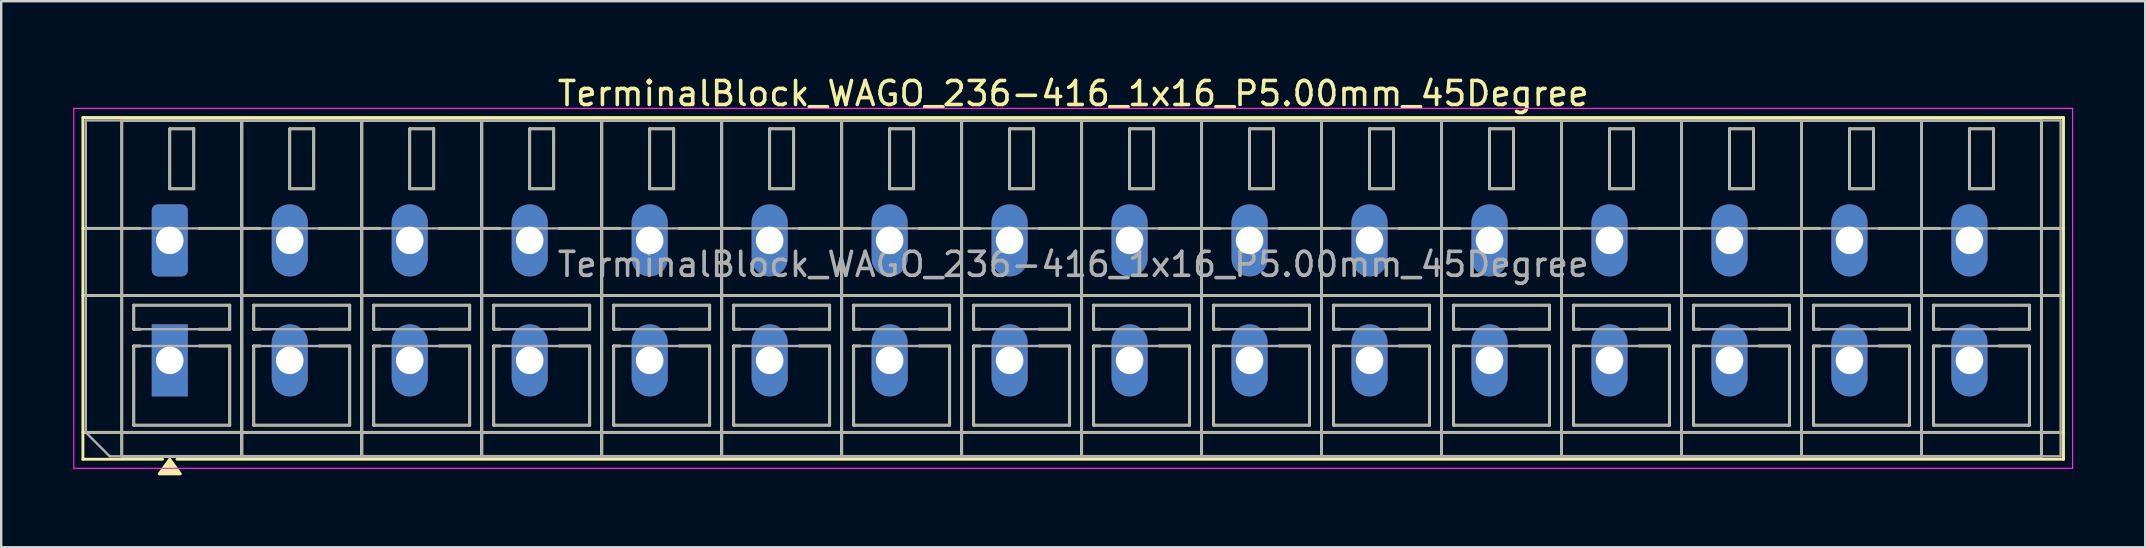
<source format=kicad_pcb>
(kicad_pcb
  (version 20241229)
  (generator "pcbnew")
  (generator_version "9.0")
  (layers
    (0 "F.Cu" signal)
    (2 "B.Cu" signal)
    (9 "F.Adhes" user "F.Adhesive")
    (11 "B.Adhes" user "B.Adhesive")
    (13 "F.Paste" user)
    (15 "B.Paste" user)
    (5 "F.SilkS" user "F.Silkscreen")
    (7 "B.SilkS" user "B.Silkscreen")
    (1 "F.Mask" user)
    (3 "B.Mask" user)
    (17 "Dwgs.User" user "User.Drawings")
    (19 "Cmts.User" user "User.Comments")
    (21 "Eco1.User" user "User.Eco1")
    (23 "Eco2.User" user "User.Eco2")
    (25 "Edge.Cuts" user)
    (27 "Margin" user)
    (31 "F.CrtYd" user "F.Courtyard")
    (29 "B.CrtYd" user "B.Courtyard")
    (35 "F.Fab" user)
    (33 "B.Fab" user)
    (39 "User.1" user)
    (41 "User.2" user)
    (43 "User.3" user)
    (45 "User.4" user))
  (footprint "TerminalBlock_WAGO_236-416_1x16_P5.00mm_45Degree"
    (layer "F.Cu")
    (at 4.025 6.968)
    (property "Reference" "TerminalBlock_WAGO_236-416_1x16_P5.00mm_45Degree" (at 37.65 -6.12 0) (layer "F.SilkS") (effects (font (size 1 1) (thickness 0.15))))
    (attr through_hole)
    (fp_line (start -3.62 -5.12) (end -3.62 9.12) (stroke (width 0.12) (type solid)) (layer "F.SilkS"))
    (fp_line (start -3.62 -5.12) (end 78.92 -5.12) (stroke (width 0.12) (type solid)) (layer "F.SilkS"))
    (fp_line (start -3.62 -0.5) (end -1.23 -0.5) (stroke (width 0.12) (type solid)) (layer "F.SilkS"))
    (fp_line (start -3.62 2.3) (end 78.92 2.3) (stroke (width 0.12) (type solid)) (layer "F.SilkS"))
    (fp_line (start -3.62 8) (end 78.92 8) (stroke (width 0.12) (type solid)) (layer "F.SilkS"))
    (fp_line (start -3.62 9.12) (end -0.3 9.12) (stroke (width 0.12) (type solid)) (layer "F.SilkS"))
    (fp_line (start -2 -5) (end -2 9) (stroke (width 0.12) (type solid)) (layer "F.SilkS"))
    (fp_line (start -2 -5) (end 3 -5) (stroke (width 0.12) (type solid)) (layer "F.SilkS"))
    (fp_line (start -2 9) (end 3 9) (stroke (width 0.12) (type solid)) (layer "F.SilkS"))
    (fp_line (start -1.5 2.7) (end -1.5 3.7) (stroke (width 0.12) (type solid)) (layer "F.SilkS"))
    (fp_line (start -1.5 2.7) (end 2.5 2.7) (stroke (width 0.12) (type solid)) (layer "F.SilkS"))
    (fp_line (start -1.5 3.7) (end -1.23 3.7) (stroke (width 0.12) (type solid)) (layer "F.SilkS"))
    (fp_line (start -1.5 4.4) (end -1.5 7.7) (stroke (width 0.12) (type solid)) (layer "F.SilkS"))
    (fp_line (start -1.5 4.4) (end -1.23 4.4) (stroke (width 0.12) (type solid)) (layer "F.SilkS"))
    (fp_line (start -1.5 7.7) (end 2.5 7.7) (stroke (width 0.12) (type solid)) (layer "F.SilkS"))
    (fp_line (start 0 -4.65) (end 0 -2.15) (stroke (width 0.12) (type solid)) (layer "F.SilkS"))
    (fp_line (start 0 -4.65) (end 1 -4.65) (stroke (width 0.12) (type solid)) (layer "F.SilkS"))
    (fp_line (start 0 -2.15) (end 1 -2.15) (stroke (width 0.12) (type solid)) (layer "F.SilkS"))
    (fp_line (start 0.3 9.12) (end 78.92 9.12) (stroke (width 0.12) (type solid)) (layer "F.SilkS"))
    (fp_line (start 1 -4.65) (end 1 -2.15) (stroke (width 0.12) (type solid)) (layer "F.SilkS"))
    (fp_line (start 1.23 -0.5) (end 3.77 -0.5) (stroke (width 0.12) (type solid)) (layer "F.SilkS"))
    (fp_line (start 1.23 3.7) (end 2.5 3.7) (stroke (width 0.12) (type solid)) (layer "F.SilkS"))
    (fp_line (start 1.23 4.4) (end 2.5 4.4) (stroke (width 0.12) (type solid)) (layer "F.SilkS"))
    (fp_line (start 2.5 2.7) (end 2.5 3.7) (stroke (width 0.12) (type solid)) (layer "F.SilkS"))
    (fp_line (start 2.5 4.4) (end 2.5 7.7) (stroke (width 0.12) (type solid)) (layer "F.SilkS"))
    (fp_line (start 3 -5) (end 3 9) (stroke (width 0.12) (type solid)) (layer "F.SilkS"))
    (fp_line (start 3 -5) (end 3 9) (stroke (width 0.12) (type solid)) (layer "F.SilkS"))
    (fp_line (start 3 -5) (end 8 -5) (stroke (width 0.12) (type solid)) (layer "F.SilkS"))
    (fp_line (start 3 9) (end 8 9) (stroke (width 0.12) (type solid)) (layer "F.SilkS"))
    (fp_line (start 3.5 2.7) (end 3.5 3.7) (stroke (width 0.12) (type solid)) (layer "F.SilkS"))
    (fp_line (start 3.5 2.7) (end 7.5 2.7) (stroke (width 0.12) (type solid)) (layer "F.SilkS"))
    (fp_line (start 3.5 3.7) (end 3.77 3.7) (stroke (width 0.12) (type solid)) (layer "F.SilkS"))
    (fp_line (start 3.5 4.4) (end 3.5 7.7) (stroke (width 0.12) (type solid)) (layer "F.SilkS"))
    (fp_line (start 3.5 4.4) (end 3.77 4.4) (stroke (width 0.12) (type solid)) (layer "F.SilkS"))
    (fp_line (start 3.5 7.7) (end 7.5 7.7) (stroke (width 0.12) (type solid)) (layer "F.SilkS"))
    (fp_line (start 5 -4.65) (end 5 -2.15) (stroke (width 0.12) (type solid)) (layer "F.SilkS"))
    (fp_line (start 5 -4.65) (end 6 -4.65) (stroke (width 0.12) (type solid)) (layer "F.SilkS"))
    (fp_line (start 5 -2.15) (end 6 -2.15) (stroke (width 0.12) (type solid)) (layer "F.SilkS"))
    (fp_line (start 6 -4.65) (end 6 -2.15) (stroke (width 0.12) (type solid)) (layer "F.SilkS"))
    (fp_line (start 6.23 -0.5) (end 8.77 -0.5) (stroke (width 0.12) (type solid)) (layer "F.SilkS"))
    (fp_line (start 6.23 3.7) (end 7.5 3.7) (stroke (width 0.12) (type solid)) (layer "F.SilkS"))
    (fp_line (start 6.23 4.4) (end 7.5 4.4) (stroke (width 0.12) (type solid)) (layer "F.SilkS"))
    (fp_line (start 7.5 2.7) (end 7.5 3.7) (stroke (width 0.12) (type solid)) (layer "F.SilkS"))
    (fp_line (start 7.5 4.4) (end 7.5 7.7) (stroke (width 0.12) (type solid)) (layer "F.SilkS"))
    (fp_line (start 8 -5) (end 8 9) (stroke (width 0.12) (type solid)) (layer "F.SilkS"))
    (fp_line (start 8 -5) (end 8 9) (stroke (width 0.12) (type solid)) (layer "F.SilkS"))
    (fp_line (start 8 -5) (end 13 -5) (stroke (width 0.12) (type solid)) (layer "F.SilkS"))
    (fp_line (start 8 9) (end 13 9) (stroke (width 0.12) (type solid)) (layer "F.SilkS"))
    (fp_line (start 8.5 2.7) (end 8.5 3.7) (stroke (width 0.12) (type solid)) (layer "F.SilkS"))
    (fp_line (start 8.5 2.7) (end 12.5 2.7) (stroke (width 0.12) (type solid)) (layer "F.SilkS"))
    (fp_line (start 8.5 3.7) (end 8.77 3.7) (stroke (width 0.12) (type solid)) (layer "F.SilkS"))
    (fp_line (start 8.5 4.4) (end 8.5 7.7) (stroke (width 0.12) (type solid)) (layer "F.SilkS"))
    (fp_line (start 8.5 4.4) (end 8.77 4.4) (stroke (width 0.12) (type solid)) (layer "F.SilkS"))
    (fp_line (start 8.5 7.7) (end 12.5 7.7) (stroke (width 0.12) (type solid)) (layer "F.SilkS"))
    (fp_line (start 10 -4.65) (end 10 -2.15) (stroke (width 0.12) (type solid)) (layer "F.SilkS"))
    (fp_line (start 10 -4.65) (end 11 -4.65) (stroke (width 0.12) (type solid)) (layer "F.SilkS"))
    (fp_line (start 10 -2.15) (end 11 -2.15) (stroke (width 0.12) (type solid)) (layer "F.SilkS"))
    (fp_line (start 11 -4.65) (end 11 -2.15) (stroke (width 0.12) (type solid)) (layer "F.SilkS"))
    (fp_line (start 11.23 -0.5) (end 13.77 -0.5) (stroke (width 0.12) (type solid)) (layer "F.SilkS"))
    (fp_line (start 11.23 3.7) (end 12.5 3.7) (stroke (width 0.12) (type solid)) (layer "F.SilkS"))
    (fp_line (start 11.23 4.4) (end 12.5 4.4) (stroke (width 0.12) (type solid)) (layer "F.SilkS"))
    (fp_line (start 12.5 2.7) (end 12.5 3.7) (stroke (width 0.12) (type solid)) (layer "F.SilkS"))
    (fp_line (start 12.5 4.4) (end 12.5 7.7) (stroke (width 0.12) (type solid)) (layer "F.SilkS"))
    (fp_line (start 13 -5) (end 13 9) (stroke (width 0.12) (type solid)) (layer "F.SilkS"))
    (fp_line (start 13 -5) (end 13 9) (stroke (width 0.12) (type solid)) (layer "F.SilkS"))
    (fp_line (start 13 -5) (end 18 -5) (stroke (width 0.12) (type solid)) (layer "F.SilkS"))
    (fp_line (start 13 9) (end 18 9) (stroke (width 0.12) (type solid)) (layer "F.SilkS"))
    (fp_line (start 13.5 2.7) (end 13.5 3.7) (stroke (width 0.12) (type solid)) (layer "F.SilkS"))
    (fp_line (start 13.5 2.7) (end 17.5 2.7) (stroke (width 0.12) (type solid)) (layer "F.SilkS"))
    (fp_line (start 13.5 3.7) (end 13.77 3.7) (stroke (width 0.12) (type solid)) (layer "F.SilkS"))
    (fp_line (start 13.5 4.4) (end 13.5 7.7) (stroke (width 0.12) (type solid)) (layer "F.SilkS"))
    (fp_line (start 13.5 4.4) (end 13.77 4.4) (stroke (width 0.12) (type solid)) (layer "F.SilkS"))
    (fp_line (start 13.5 7.7) (end 17.5 7.7) (stroke (width 0.12) (type solid)) (layer "F.SilkS"))
    (fp_line (start 15 -4.65) (end 15 -2.15) (stroke (width 0.12) (type solid)) (layer "F.SilkS"))
    (fp_line (start 15 -4.65) (end 16 -4.65) (stroke (width 0.12) (type solid)) (layer "F.SilkS"))
    (fp_line (start 15 -2.15) (end 16 -2.15) (stroke (width 0.12) (type solid)) (layer "F.SilkS"))
    (fp_line (start 16 -4.65) (end 16 -2.15) (stroke (width 0.12) (type solid)) (layer "F.SilkS"))
    (fp_line (start 16.23 -0.5) (end 18.77 -0.5) (stroke (width 0.12) (type solid)) (layer "F.SilkS"))
    (fp_line (start 16.23 3.7) (end 17.5 3.7) (stroke (width 0.12) (type solid)) (layer "F.SilkS"))
    (fp_line (start 16.23 4.4) (end 17.5 4.4) (stroke (width 0.12) (type solid)) (layer "F.SilkS"))
    (fp_line (start 17.5 2.7) (end 17.5 3.7) (stroke (width 0.12) (type solid)) (layer "F.SilkS"))
    (fp_line (start 17.5 4.4) (end 17.5 7.7) (stroke (width 0.12) (type solid)) (layer "F.SilkS"))
    (fp_line (start 18 -5) (end 18 9) (stroke (width 0.12) (type solid)) (layer "F.SilkS"))
    (fp_line (start 18 -5) (end 18 9) (stroke (width 0.12) (type solid)) (layer "F.SilkS"))
    (fp_line (start 18 -5) (end 23 -5) (stroke (width 0.12) (type solid)) (layer "F.SilkS"))
    (fp_line (start 18 9) (end 23 9) (stroke (width 0.12) (type solid)) (layer "F.SilkS"))
    (fp_line (start 18.5 2.7) (end 18.5 3.7) (stroke (width 0.12) (type solid)) (layer "F.SilkS"))
    (fp_line (start 18.5 2.7) (end 22.5 2.7) (stroke (width 0.12) (type solid)) (layer "F.SilkS"))
    (fp_line (start 18.5 3.7) (end 18.77 3.7) (stroke (width 0.12) (type solid)) (layer "F.SilkS"))
    (fp_line (start 18.5 4.4) (end 18.5 7.7) (stroke (width 0.12) (type solid)) (layer "F.SilkS"))
    (fp_line (start 18.5 4.4) (end 18.77 4.4) (stroke (width 0.12) (type solid)) (layer "F.SilkS"))
    (fp_line (start 18.5 7.7) (end 22.5 7.7) (stroke (width 0.12) (type solid)) (layer "F.SilkS"))
    (fp_line (start 20 -4.65) (end 20 -2.15) (stroke (width 0.12) (type solid)) (layer "F.SilkS"))
    (fp_line (start 20 -4.65) (end 21 -4.65) (stroke (width 0.12) (type solid)) (layer "F.SilkS"))
    (fp_line (start 20 -2.15) (end 21 -2.15) (stroke (width 0.12) (type solid)) (layer "F.SilkS"))
    (fp_line (start 21 -4.65) (end 21 -2.15) (stroke (width 0.12) (type solid)) (layer "F.SilkS"))
    (fp_line (start 21.23 -0.5) (end 23.77 -0.5) (stroke (width 0.12) (type solid)) (layer "F.SilkS"))
    (fp_line (start 21.23 3.7) (end 22.5 3.7) (stroke (width 0.12) (type solid)) (layer "F.SilkS"))
    (fp_line (start 21.23 4.4) (end 22.5 4.4) (stroke (width 0.12) (type solid)) (layer "F.SilkS"))
    (fp_line (start 22.5 2.7) (end 22.5 3.7) (stroke (width 0.12) (type solid)) (layer "F.SilkS"))
    (fp_line (start 22.5 4.4) (end 22.5 7.7) (stroke (width 0.12) (type solid)) (layer "F.SilkS"))
    (fp_line (start 23 -5) (end 23 9) (stroke (width 0.12) (type solid)) (layer "F.SilkS"))
    (fp_line (start 23 -5) (end 23 9) (stroke (width 0.12) (type solid)) (layer "F.SilkS"))
    (fp_line (start 23 -5) (end 28 -5) (stroke (width 0.12) (type solid)) (layer "F.SilkS"))
    (fp_line (start 23 9) (end 28 9) (stroke (width 0.12) (type solid)) (layer "F.SilkS"))
    (fp_line (start 23.5 2.7) (end 23.5 3.7) (stroke (width 0.12) (type solid)) (layer "F.SilkS"))
    (fp_line (start 23.5 2.7) (end 27.5 2.7) (stroke (width 0.12) (type solid)) (layer "F.SilkS"))
    (fp_line (start 23.5 3.7) (end 23.77 3.7) (stroke (width 0.12) (type solid)) (layer "F.SilkS"))
    (fp_line (start 23.5 4.4) (end 23.5 7.7) (stroke (width 0.12) (type solid)) (layer "F.SilkS"))
    (fp_line (start 23.5 4.4) (end 23.77 4.4) (stroke (width 0.12) (type solid)) (layer "F.SilkS"))
    (fp_line (start 23.5 7.7) (end 27.5 7.7) (stroke (width 0.12) (type solid)) (layer "F.SilkS"))
    (fp_line (start 25 -4.65) (end 25 -2.15) (stroke (width 0.12) (type solid)) (layer "F.SilkS"))
    (fp_line (start 25 -4.65) (end 26 -4.65) (stroke (width 0.12) (type solid)) (layer "F.SilkS"))
    (fp_line (start 25 -2.15) (end 26 -2.15) (stroke (width 0.12) (type solid)) (layer "F.SilkS"))
    (fp_line (start 26 -4.65) (end 26 -2.15) (stroke (width 0.12) (type solid)) (layer "F.SilkS"))
    (fp_line (start 26.23 -0.5) (end 28.77 -0.5) (stroke (width 0.12) (type solid)) (layer "F.SilkS"))
    (fp_line (start 26.23 3.7) (end 27.5 3.7) (stroke (width 0.12) (type solid)) (layer "F.SilkS"))
    (fp_line (start 26.23 4.4) (end 27.5 4.4) (stroke (width 0.12) (type solid)) (layer "F.SilkS"))
    (fp_line (start 27.5 2.7) (end 27.5 3.7) (stroke (width 0.12) (type solid)) (layer "F.SilkS"))
    (fp_line (start 27.5 4.4) (end 27.5 7.7) (stroke (width 0.12) (type solid)) (layer "F.SilkS"))
    (fp_line (start 28 -5) (end 28 9) (stroke (width 0.12) (type solid)) (layer "F.SilkS"))
    (fp_line (start 28 -5) (end 28 9) (stroke (width 0.12) (type solid)) (layer "F.SilkS"))
    (fp_line (start 28 -5) (end 33 -5) (stroke (width 0.12) (type solid)) (layer "F.SilkS"))
    (fp_line (start 28 9) (end 33 9) (stroke (width 0.12) (type solid)) (layer "F.SilkS"))
    (fp_line (start 28.5 2.7) (end 28.5 3.7) (stroke (width 0.12) (type solid)) (layer "F.SilkS"))
    (fp_line (start 28.5 2.7) (end 32.5 2.7) (stroke (width 0.12) (type solid)) (layer "F.SilkS"))
    (fp_line (start 28.5 3.7) (end 28.77 3.7) (stroke (width 0.12) (type solid)) (layer "F.SilkS"))
    (fp_line (start 28.5 4.4) (end 28.5 7.7) (stroke (width 0.12) (type solid)) (layer "F.SilkS"))
    (fp_line (start 28.5 4.4) (end 28.77 4.4) (stroke (width 0.12) (type solid)) (layer "F.SilkS"))
    (fp_line (start 28.5 7.7) (end 32.5 7.7) (stroke (width 0.12) (type solid)) (layer "F.SilkS"))
    (fp_line (start 30 -4.65) (end 30 -2.15) (stroke (width 0.12) (type solid)) (layer "F.SilkS"))
    (fp_line (start 30 -4.65) (end 31 -4.65) (stroke (width 0.12) (type solid)) (layer "F.SilkS"))
    (fp_line (start 30 -2.15) (end 31 -2.15) (stroke (width 0.12) (type solid)) (layer "F.SilkS"))
    (fp_line (start 31 -4.65) (end 31 -2.15) (stroke (width 0.12) (type solid)) (layer "F.SilkS"))
    (fp_line (start 31.23 -0.5) (end 33.77 -0.5) (stroke (width 0.12) (type solid)) (layer "F.SilkS"))
    (fp_line (start 31.23 3.7) (end 32.5 3.7) (stroke (width 0.12) (type solid)) (layer "F.SilkS"))
    (fp_line (start 31.23 4.4) (end 32.5 4.4) (stroke (width 0.12) (type solid)) (layer "F.SilkS"))
    (fp_line (start 32.5 2.7) (end 32.5 3.7) (stroke (width 0.12) (type solid)) (layer "F.SilkS"))
    (fp_line (start 32.5 4.4) (end 32.5 7.7) (stroke (width 0.12) (type solid)) (layer "F.SilkS"))
    (fp_line (start 33 -5) (end 33 9) (stroke (width 0.12) (type solid)) (layer "F.SilkS"))
    (fp_line (start 33 -5) (end 33 9) (stroke (width 0.12) (type solid)) (layer "F.SilkS"))
    (fp_line (start 33 -5) (end 38 -5) (stroke (width 0.12) (type solid)) (layer "F.SilkS"))
    (fp_line (start 33 9) (end 38 9) (stroke (width 0.12) (type solid)) (layer "F.SilkS"))
    (fp_line (start 33.5 2.7) (end 33.5 3.7) (stroke (width 0.12) (type solid)) (layer "F.SilkS"))
    (fp_line (start 33.5 2.7) (end 37.5 2.7) (stroke (width 0.12) (type solid)) (layer "F.SilkS"))
    (fp_line (start 33.5 3.7) (end 33.77 3.7) (stroke (width 0.12) (type solid)) (layer "F.SilkS"))
    (fp_line (start 33.5 4.4) (end 33.5 7.7) (stroke (width 0.12) (type solid)) (layer "F.SilkS"))
    (fp_line (start 33.5 4.4) (end 33.77 4.4) (stroke (width 0.12) (type solid)) (layer "F.SilkS"))
    (fp_line (start 33.5 7.7) (end 37.5 7.7) (stroke (width 0.12) (type solid)) (layer "F.SilkS"))
    (fp_line (start 35 -4.65) (end 35 -2.15) (stroke (width 0.12) (type solid)) (layer "F.SilkS"))
    (fp_line (start 35 -4.65) (end 36 -4.65) (stroke (width 0.12) (type solid)) (layer "F.SilkS"))
    (fp_line (start 35 -2.15) (end 36 -2.15) (stroke (width 0.12) (type solid)) (layer "F.SilkS"))
    (fp_line (start 36 -4.65) (end 36 -2.15) (stroke (width 0.12) (type solid)) (layer "F.SilkS"))
    (fp_line (start 36.23 -0.5) (end 38.77 -0.5) (stroke (width 0.12) (type solid)) (layer "F.SilkS"))
    (fp_line (start 36.23 3.7) (end 37.5 3.7) (stroke (width 0.12) (type solid)) (layer "F.SilkS"))
    (fp_line (start 36.23 4.4) (end 37.5 4.4) (stroke (width 0.12) (type solid)) (layer "F.SilkS"))
    (fp_line (start 37.5 2.7) (end 37.5 3.7) (stroke (width 0.12) (type solid)) (layer "F.SilkS"))
    (fp_line (start 37.5 4.4) (end 37.5 7.7) (stroke (width 0.12) (type solid)) (layer "F.SilkS"))
    (fp_line (start 38 -5) (end 38 9) (stroke (width 0.12) (type solid)) (layer "F.SilkS"))
    (fp_line (start 38 -5) (end 38 9) (stroke (width 0.12) (type solid)) (layer "F.SilkS"))
    (fp_line (start 38 -5) (end 43 -5) (stroke (width 0.12) (type solid)) (layer "F.SilkS"))
    (fp_line (start 38 9) (end 43 9) (stroke (width 0.12) (type solid)) (layer "F.SilkS"))
    (fp_line (start 38.5 2.7) (end 38.5 3.7) (stroke (width 0.12) (type solid)) (layer "F.SilkS"))
    (fp_line (start 38.5 2.7) (end 42.5 2.7) (stroke (width 0.12) (type solid)) (layer "F.SilkS"))
    (fp_line (start 38.5 3.7) (end 38.77 3.7) (stroke (width 0.12) (type solid)) (layer "F.SilkS"))
    (fp_line (start 38.5 4.4) (end 38.5 7.7) (stroke (width 0.12) (type solid)) (layer "F.SilkS"))
    (fp_line (start 38.5 4.4) (end 38.77 4.4) (stroke (width 0.12) (type solid)) (layer "F.SilkS"))
    (fp_line (start 38.5 7.7) (end 42.5 7.7) (stroke (width 0.12) (type solid)) (layer "F.SilkS"))
    (fp_line (start 40 -4.65) (end 40 -2.15) (stroke (width 0.12) (type solid)) (layer "F.SilkS"))
    (fp_line (start 40 -4.65) (end 41 -4.65) (stroke (width 0.12) (type solid)) (layer "F.SilkS"))
    (fp_line (start 40 -2.15) (end 41 -2.15) (stroke (width 0.12) (type solid)) (layer "F.SilkS"))
    (fp_line (start 41 -4.65) (end 41 -2.15) (stroke (width 0.12) (type solid)) (layer "F.SilkS"))
    (fp_line (start 41.23 -0.5) (end 43.77 -0.5) (stroke (width 0.12) (type solid)) (layer "F.SilkS"))
    (fp_line (start 41.23 3.7) (end 42.5 3.7) (stroke (width 0.12) (type solid)) (layer "F.SilkS"))
    (fp_line (start 41.23 4.4) (end 42.5 4.4) (stroke (width 0.12) (type solid)) (layer "F.SilkS"))
    (fp_line (start 42.5 2.7) (end 42.5 3.7) (stroke (width 0.12) (type solid)) (layer "F.SilkS"))
    (fp_line (start 42.5 4.4) (end 42.5 7.7) (stroke (width 0.12) (type solid)) (layer "F.SilkS"))
    (fp_line (start 43 -5) (end 43 9) (stroke (width 0.12) (type solid)) (layer "F.SilkS"))
    (fp_line (start 43 -5) (end 43 9) (stroke (width 0.12) (type solid)) (layer "F.SilkS"))
    (fp_line (start 43 -5) (end 48 -5) (stroke (width 0.12) (type solid)) (layer "F.SilkS"))
    (fp_line (start 43 9) (end 48 9) (stroke (width 0.12) (type solid)) (layer "F.SilkS"))
    (fp_line (start 43.5 2.7) (end 43.5 3.7) (stroke (width 0.12) (type solid)) (layer "F.SilkS"))
    (fp_line (start 43.5 2.7) (end 47.5 2.7) (stroke (width 0.12) (type solid)) (layer "F.SilkS"))
    (fp_line (start 43.5 3.7) (end 43.77 3.7) (stroke (width 0.12) (type solid)) (layer "F.SilkS"))
    (fp_line (start 43.5 4.4) (end 43.5 7.7) (stroke (width 0.12) (type solid)) (layer "F.SilkS"))
    (fp_line (start 43.5 4.4) (end 43.77 4.4) (stroke (width 0.12) (type solid)) (layer "F.SilkS"))
    (fp_line (start 43.5 7.7) (end 47.5 7.7) (stroke (width 0.12) (type solid)) (layer "F.SilkS"))
    (fp_line (start 45 -4.65) (end 45 -2.15) (stroke (width 0.12) (type solid)) (layer "F.SilkS"))
    (fp_line (start 45 -4.65) (end 46 -4.65) (stroke (width 0.12) (type solid)) (layer "F.SilkS"))
    (fp_line (start 45 -2.15) (end 46 -2.15) (stroke (width 0.12) (type solid)) (layer "F.SilkS"))
    (fp_line (start 46 -4.65) (end 46 -2.15) (stroke (width 0.12) (type solid)) (layer "F.SilkS"))
    (fp_line (start 46.23 -0.5) (end 48.77 -0.5) (stroke (width 0.12) (type solid)) (layer "F.SilkS"))
    (fp_line (start 46.23 3.7) (end 47.5 3.7) (stroke (width 0.12) (type solid)) (layer "F.SilkS"))
    (fp_line (start 46.23 4.4) (end 47.5 4.4) (stroke (width 0.12) (type solid)) (layer "F.SilkS"))
    (fp_line (start 47.5 2.7) (end 47.5 3.7) (stroke (width 0.12) (type solid)) (layer "F.SilkS"))
    (fp_line (start 47.5 4.4) (end 47.5 7.7) (stroke (width 0.12) (type solid)) (layer "F.SilkS"))
    (fp_line (start 48 -5) (end 48 9) (stroke (width 0.12) (type solid)) (layer "F.SilkS"))
    (fp_line (start 48 -5) (end 48 9) (stroke (width 0.12) (type solid)) (layer "F.SilkS"))
    (fp_line (start 48 -5) (end 53 -5) (stroke (width 0.12) (type solid)) (layer "F.SilkS"))
    (fp_line (start 48 9) (end 53 9) (stroke (width 0.12) (type solid)) (layer "F.SilkS"))
    (fp_line (start 48.5 2.7) (end 48.5 3.7) (stroke (width 0.12) (type solid)) (layer "F.SilkS"))
    (fp_line (start 48.5 2.7) (end 52.5 2.7) (stroke (width 0.12) (type solid)) (layer "F.SilkS"))
    (fp_line (start 48.5 3.7) (end 48.77 3.7) (stroke (width 0.12) (type solid)) (layer "F.SilkS"))
    (fp_line (start 48.5 4.4) (end 48.5 7.7) (stroke (width 0.12) (type solid)) (layer "F.SilkS"))
    (fp_line (start 48.5 4.4) (end 48.77 4.4) (stroke (width 0.12) (type solid)) (layer "F.SilkS"))
    (fp_line (start 48.5 7.7) (end 52.5 7.7) (stroke (width 0.12) (type solid)) (layer "F.SilkS"))
    (fp_line (start 50 -4.65) (end 50 -2.15) (stroke (width 0.12) (type solid)) (layer "F.SilkS"))
    (fp_line (start 50 -4.65) (end 51 -4.65) (stroke (width 0.12) (type solid)) (layer "F.SilkS"))
    (fp_line (start 50 -2.15) (end 51 -2.15) (stroke (width 0.12) (type solid)) (layer "F.SilkS"))
    (fp_line (start 51 -4.65) (end 51 -2.15) (stroke (width 0.12) (type solid)) (layer "F.SilkS"))
    (fp_line (start 51.23 -0.5) (end 53.77 -0.5) (stroke (width 0.12) (type solid)) (layer "F.SilkS"))
    (fp_line (start 51.23 3.7) (end 52.5 3.7) (stroke (width 0.12) (type solid)) (layer "F.SilkS"))
    (fp_line (start 51.23 4.4) (end 52.5 4.4) (stroke (width 0.12) (type solid)) (layer "F.SilkS"))
    (fp_line (start 52.5 2.7) (end 52.5 3.7) (stroke (width 0.12) (type solid)) (layer "F.SilkS"))
    (fp_line (start 52.5 4.4) (end 52.5 7.7) (stroke (width 0.12) (type solid)) (layer "F.SilkS"))
    (fp_line (start 53 -5) (end 53 9) (stroke (width 0.12) (type solid)) (layer "F.SilkS"))
    (fp_line (start 53 -5) (end 53 9) (stroke (width 0.12) (type solid)) (layer "F.SilkS"))
    (fp_line (start 53 -5) (end 58 -5) (stroke (width 0.12) (type solid)) (layer "F.SilkS"))
    (fp_line (start 53 9) (end 58 9) (stroke (width 0.12) (type solid)) (layer "F.SilkS"))
    (fp_line (start 53.5 2.7) (end 53.5 3.7) (stroke (width 0.12) (type solid)) (layer "F.SilkS"))
    (fp_line (start 53.5 2.7) (end 57.5 2.7) (stroke (width 0.12) (type solid)) (layer "F.SilkS"))
    (fp_line (start 53.5 3.7) (end 53.77 3.7) (stroke (width 0.12) (type solid)) (layer "F.SilkS"))
    (fp_line (start 53.5 4.4) (end 53.5 7.7) (stroke (width 0.12) (type solid)) (layer "F.SilkS"))
    (fp_line (start 53.5 4.4) (end 53.77 4.4) (stroke (width 0.12) (type solid)) (layer "F.SilkS"))
    (fp_line (start 53.5 7.7) (end 57.5 7.7) (stroke (width 0.12) (type solid)) (layer "F.SilkS"))
    (fp_line (start 55 -4.65) (end 55 -2.15) (stroke (width 0.12) (type solid)) (layer "F.SilkS"))
    (fp_line (start 55 -4.65) (end 56 -4.65) (stroke (width 0.12) (type solid)) (layer "F.SilkS"))
    (fp_line (start 55 -2.15) (end 56 -2.15) (stroke (width 0.12) (type solid)) (layer "F.SilkS"))
    (fp_line (start 56 -4.65) (end 56 -2.15) (stroke (width 0.12) (type solid)) (layer "F.SilkS"))
    (fp_line (start 56.23 -0.5) (end 58.77 -0.5) (stroke (width 0.12) (type solid)) (layer "F.SilkS"))
    (fp_line (start 56.23 3.7) (end 57.5 3.7) (stroke (width 0.12) (type solid)) (layer "F.SilkS"))
    (fp_line (start 56.23 4.4) (end 57.5 4.4) (stroke (width 0.12) (type solid)) (layer "F.SilkS"))
    (fp_line (start 57.5 2.7) (end 57.5 3.7) (stroke (width 0.12) (type solid)) (layer "F.SilkS"))
    (fp_line (start 57.5 4.4) (end 57.5 7.7) (stroke (width 0.12) (type solid)) (layer "F.SilkS"))
    (fp_line (start 58 -5) (end 58 9) (stroke (width 0.12) (type solid)) (layer "F.SilkS"))
    (fp_line (start 58 -5) (end 58 9) (stroke (width 0.12) (type solid)) (layer "F.SilkS"))
    (fp_line (start 58 -5) (end 63 -5) (stroke (width 0.12) (type solid)) (layer "F.SilkS"))
    (fp_line (start 58 9) (end 63 9) (stroke (width 0.12) (type solid)) (layer "F.SilkS"))
    (fp_line (start 58.5 2.7) (end 58.5 3.7) (stroke (width 0.12) (type solid)) (layer "F.SilkS"))
    (fp_line (start 58.5 2.7) (end 62.5 2.7) (stroke (width 0.12) (type solid)) (layer "F.SilkS"))
    (fp_line (start 58.5 3.7) (end 58.77 3.7) (stroke (width 0.12) (type solid)) (layer "F.SilkS"))
    (fp_line (start 58.5 4.4) (end 58.5 7.7) (stroke (width 0.12) (type solid)) (layer "F.SilkS"))
    (fp_line (start 58.5 4.4) (end 58.77 4.4) (stroke (width 0.12) (type solid)) (layer "F.SilkS"))
    (fp_line (start 58.5 7.7) (end 62.5 7.7) (stroke (width 0.12) (type solid)) (layer "F.SilkS"))
    (fp_line (start 60 -4.65) (end 60 -2.15) (stroke (width 0.12) (type solid)) (layer "F.SilkS"))
    (fp_line (start 60 -4.65) (end 61 -4.65) (stroke (width 0.12) (type solid)) (layer "F.SilkS"))
    (fp_line (start 60 -2.15) (end 61 -2.15) (stroke (width 0.12) (type solid)) (layer "F.SilkS"))
    (fp_line (start 61 -4.65) (end 61 -2.15) (stroke (width 0.12) (type solid)) (layer "F.SilkS"))
    (fp_line (start 61.23 -0.5) (end 63.77 -0.5) (stroke (width 0.12) (type solid)) (layer "F.SilkS"))
    (fp_line (start 61.23 3.7) (end 62.5 3.7) (stroke (width 0.12) (type solid)) (layer "F.SilkS"))
    (fp_line (start 61.23 4.4) (end 62.5 4.4) (stroke (width 0.12) (type solid)) (layer "F.SilkS"))
    (fp_line (start 62.5 2.7) (end 62.5 3.7) (stroke (width 0.12) (type solid)) (layer "F.SilkS"))
    (fp_line (start 62.5 4.4) (end 62.5 7.7) (stroke (width 0.12) (type solid)) (layer "F.SilkS"))
    (fp_line (start 63 -5) (end 63 9) (stroke (width 0.12) (type solid)) (layer "F.SilkS"))
    (fp_line (start 63 -5) (end 63 9) (stroke (width 0.12) (type solid)) (layer "F.SilkS"))
    (fp_line (start 63 -5) (end 68 -5) (stroke (width 0.12) (type solid)) (layer "F.SilkS"))
    (fp_line (start 63 9) (end 68 9) (stroke (width 0.12) (type solid)) (layer "F.SilkS"))
    (fp_line (start 63.5 2.7) (end 63.5 3.7) (stroke (width 0.12) (type solid)) (layer "F.SilkS"))
    (fp_line (start 63.5 2.7) (end 67.5 2.7) (stroke (width 0.12) (type solid)) (layer "F.SilkS"))
    (fp_line (start 63.5 3.7) (end 63.77 3.7) (stroke (width 0.12) (type solid)) (layer "F.SilkS"))
    (fp_line (start 63.5 4.4) (end 63.5 7.7) (stroke (width 0.12) (type solid)) (layer "F.SilkS"))
    (fp_line (start 63.5 4.4) (end 63.77 4.4) (stroke (width 0.12) (type solid)) (layer "F.SilkS"))
    (fp_line (start 63.5 7.7) (end 67.5 7.7) (stroke (width 0.12) (type solid)) (layer "F.SilkS"))
    (fp_line (start 65 -4.65) (end 65 -2.15) (stroke (width 0.12) (type solid)) (layer "F.SilkS"))
    (fp_line (start 65 -4.65) (end 66 -4.65) (stroke (width 0.12) (type solid)) (layer "F.SilkS"))
    (fp_line (start 65 -2.15) (end 66 -2.15) (stroke (width 0.12) (type solid)) (layer "F.SilkS"))
    (fp_line (start 66 -4.65) (end 66 -2.15) (stroke (width 0.12) (type solid)) (layer "F.SilkS"))
    (fp_line (start 66.23 -0.5) (end 68.77 -0.5) (stroke (width 0.12) (type solid)) (layer "F.SilkS"))
    (fp_line (start 66.23 3.7) (end 67.5 3.7) (stroke (width 0.12) (type solid)) (layer "F.SilkS"))
    (fp_line (start 66.23 4.4) (end 67.5 4.4) (stroke (width 0.12) (type solid)) (layer "F.SilkS"))
    (fp_line (start 67.5 2.7) (end 67.5 3.7) (stroke (width 0.12) (type solid)) (layer "F.SilkS"))
    (fp_line (start 67.5 4.4) (end 67.5 7.7) (stroke (width 0.12) (type solid)) (layer "F.SilkS"))
    (fp_line (start 68 -5) (end 68 9) (stroke (width 0.12) (type solid)) (layer "F.SilkS"))
    (fp_line (start 68 -5) (end 68 9) (stroke (width 0.12) (type solid)) (layer "F.SilkS"))
    (fp_line (start 68 -5) (end 73 -5) (stroke (width 0.12) (type solid)) (layer "F.SilkS"))
    (fp_line (start 68 9) (end 73 9) (stroke (width 0.12) (type solid)) (layer "F.SilkS"))
    (fp_line (start 68.5 2.7) (end 68.5 3.7) (stroke (width 0.12) (type solid)) (layer "F.SilkS"))
    (fp_line (start 68.5 2.7) (end 72.5 2.7) (stroke (width 0.12) (type solid)) (layer "F.SilkS"))
    (fp_line (start 68.5 3.7) (end 68.77 3.7) (stroke (width 0.12) (type solid)) (layer "F.SilkS"))
    (fp_line (start 68.5 4.4) (end 68.5 7.7) (stroke (width 0.12) (type solid)) (layer "F.SilkS"))
    (fp_line (start 68.5 4.4) (end 68.77 4.4) (stroke (width 0.12) (type solid)) (layer "F.SilkS"))
    (fp_line (start 68.5 7.7) (end 72.5 7.7) (stroke (width 0.12) (type solid)) (layer "F.SilkS"))
    (fp_line (start 70 -4.65) (end 70 -2.15) (stroke (width 0.12) (type solid)) (layer "F.SilkS"))
    (fp_line (start 70 -4.65) (end 71 -4.65) (stroke (width 0.12) (type solid)) (layer "F.SilkS"))
    (fp_line (start 70 -2.15) (end 71 -2.15) (stroke (width 0.12) (type solid)) (layer "F.SilkS"))
    (fp_line (start 71 -4.65) (end 71 -2.15) (stroke (width 0.12) (type solid)) (layer "F.SilkS"))
    (fp_line (start 71.23 -0.5) (end 73.77 -0.5) (stroke (width 0.12) (type solid)) (layer "F.SilkS"))
    (fp_line (start 71.23 3.7) (end 72.5 3.7) (stroke (width 0.12) (type solid)) (layer "F.SilkS"))
    (fp_line (start 71.23 4.4) (end 72.5 4.4) (stroke (width 0.12) (type solid)) (layer "F.SilkS"))
    (fp_line (start 72.5 2.7) (end 72.5 3.7) (stroke (width 0.12) (type solid)) (layer "F.SilkS"))
    (fp_line (start 72.5 4.4) (end 72.5 7.7) (stroke (width 0.12) (type solid)) (layer "F.SilkS"))
    (fp_line (start 73 -5) (end 73 9) (stroke (width 0.12) (type solid)) (layer "F.SilkS"))
    (fp_line (start 73 -5) (end 73 9) (stroke (width 0.12) (type solid)) (layer "F.SilkS"))
    (fp_line (start 73 -5) (end 78 -5) (stroke (width 0.12) (type solid)) (layer "F.SilkS"))
    (fp_line (start 73 9) (end 78 9) (stroke (width 0.12) (type solid)) (layer "F.SilkS"))
    (fp_line (start 73.5 2.7) (end 73.5 3.7) (stroke (width 0.12) (type solid)) (layer "F.SilkS"))
    (fp_line (start 73.5 2.7) (end 77.5 2.7) (stroke (width 0.12) (type solid)) (layer "F.SilkS"))
    (fp_line (start 73.5 3.7) (end 73.77 3.7) (stroke (width 0.12) (type solid)) (layer "F.SilkS"))
    (fp_line (start 73.5 4.4) (end 73.5 7.7) (stroke (width 0.12) (type solid)) (layer "F.SilkS"))
    (fp_line (start 73.5 4.4) (end 73.77 4.4) (stroke (width 0.12) (type solid)) (layer "F.SilkS"))
    (fp_line (start 73.5 7.7) (end 77.5 7.7) (stroke (width 0.12) (type solid)) (layer "F.SilkS"))
    (fp_line (start 75 -4.65) (end 75 -2.15) (stroke (width 0.12) (type solid)) (layer "F.SilkS"))
    (fp_line (start 75 -4.65) (end 76 -4.65) (stroke (width 0.12) (type solid)) (layer "F.SilkS"))
    (fp_line (start 75 -2.15) (end 76 -2.15) (stroke (width 0.12) (type solid)) (layer "F.SilkS"))
    (fp_line (start 76 -4.65) (end 76 -2.15) (stroke (width 0.12) (type solid)) (layer "F.SilkS"))
    (fp_line (start 76.23 -0.5) (end 78.92 -0.5) (stroke (width 0.12) (type solid)) (layer "F.SilkS"))
    (fp_line (start 76.23 3.7) (end 77.5 3.7) (stroke (width 0.12) (type solid)) (layer "F.SilkS"))
    (fp_line (start 76.23 4.4) (end 77.5 4.4) (stroke (width 0.12) (type solid)) (layer "F.SilkS"))
    (fp_line (start 77.5 2.7) (end 77.5 3.7) (stroke (width 0.12) (type solid)) (layer "F.SilkS"))
    (fp_line (start 77.5 4.4) (end 77.5 7.7) (stroke (width 0.12) (type solid)) (layer "F.SilkS"))
    (fp_line (start 78 -5) (end 78 9) (stroke (width 0.12) (type solid)) (layer "F.SilkS"))
    (fp_line (start 78.92 -5.12) (end 78.92 9.12) (stroke (width 0.12) (type solid)) (layer "F.SilkS"))
    (fp_poly (pts (xy 0 9.12) (xy 0.44 9.73) (xy -0.44 9.73)) (stroke (width 0.12) (type solid)) (fill yes) (layer "F.SilkS"))
    (fp_line (start -4 -5.5) (end -4 9.5) (stroke (width 0.05) (type solid)) (layer "F.CrtYd"))
    (fp_line (start -4 9.5) (end 79.3 9.5) (stroke (width 0.05) (type solid)) (layer "F.CrtYd"))
    (fp_line (start 79.3 -5.5) (end -4 -5.5) (stroke (width 0.05) (type solid)) (layer "F.CrtYd"))
    (fp_line (start 79.3 9.5) (end 79.3 -5.5) (stroke (width 0.05) (type solid)) (layer "F.CrtYd"))
    (fp_line (start -3.5 -5) (end 78.8 -5) (stroke (width 0.1) (type solid)) (layer "F.Fab"))
    (fp_line (start -3.5 -0.5) (end 78.8 -0.5) (stroke (width 0.1) (type solid)) (layer "F.Fab"))
    (fp_line (start -3.5 2.3) (end 78.8 2.3) (stroke (width 0.1) (type solid)) (layer "F.Fab"))
    (fp_line (start -3.5 8) (end -3.5 -5) (stroke (width 0.1) (type solid)) (layer "F.Fab"))
    (fp_line (start -3.5 8) (end 78.8 8) (stroke (width 0.1) (type solid)) (layer "F.Fab"))
    (fp_line (start -2.5 9) (end -3.5 8) (stroke (width 0.1) (type solid)) (layer "F.Fab"))
    (fp_line (start -2 -5) (end -2 9) (stroke (width 0.1) (type solid)) (layer "F.Fab"))
    (fp_line (start -2 9) (end 3 9) (stroke (width 0.1) (type solid)) (layer "F.Fab"))
    (fp_line (start -1.5 2.7) (end -1.5 3.7) (stroke (width 0.1) (type solid)) (layer "F.Fab"))
    (fp_line (start -1.5 3.7) (end 2.5 3.7) (stroke (width 0.1) (type solid)) (layer "F.Fab"))
    (fp_line (start -1.5 4.4) (end -1.5 7.7) (stroke (width 0.1) (type solid)) (layer "F.Fab"))
    (fp_line (start -1.5 7.7) (end 2.5 7.7) (stroke (width 0.1) (type solid)) (layer "F.Fab"))
    (fp_line (start 0 -4.65) (end 0 -2.15) (stroke (width 0.1) (type solid)) (layer "F.Fab"))
    (fp_line (start 0 -2.15) (end 1 -2.15) (stroke (width 0.1) (type solid)) (layer "F.Fab"))
    (fp_line (start 1 -4.65) (end 0 -4.65) (stroke (width 0.1) (type solid)) (layer "F.Fab"))
    (fp_line (start 1 -2.15) (end 1 -4.65) (stroke (width 0.1) (type solid)) (layer "F.Fab"))
    (fp_line (start 2.5 2.7) (end -1.5 2.7) (stroke (width 0.1) (type solid)) (layer "F.Fab"))
    (fp_line (start 2.5 3.7) (end 2.5 2.7) (stroke (width 0.1) (type solid)) (layer "F.Fab"))
    (fp_line (start 2.5 4.4) (end -1.5 4.4) (stroke (width 0.1) (type solid)) (layer "F.Fab"))
    (fp_line (start 2.5 7.7) (end 2.5 4.4) (stroke (width 0.1) (type solid)) (layer "F.Fab"))
    (fp_line (start 3 -5) (end -2 -5) (stroke (width 0.1) (type solid)) (layer "F.Fab"))
    (fp_line (start 3 -5) (end 3 9) (stroke (width 0.1) (type solid)) (layer "F.Fab"))
    (fp_line (start 3 9) (end 3 -5) (stroke (width 0.1) (type solid)) (layer "F.Fab"))
    (fp_line (start 3 9) (end 8 9) (stroke (width 0.1) (type solid)) (layer "F.Fab"))
    (fp_line (start 3.5 2.7) (end 3.5 3.7) (stroke (width 0.1) (type solid)) (layer "F.Fab"))
    (fp_line (start 3.5 3.7) (end 7.5 3.7) (stroke (width 0.1) (type solid)) (layer "F.Fab"))
    (fp_line (start 3.5 4.4) (end 3.5 7.7) (stroke (width 0.1) (type solid)) (layer "F.Fab"))
    (fp_line (start 3.5 7.7) (end 7.5 7.7) (stroke (width 0.1) (type solid)) (layer "F.Fab"))
    (fp_line (start 5 -4.65) (end 5 -2.15) (stroke (width 0.1) (type solid)) (layer "F.Fab"))
    (fp_line (start 5 -2.15) (end 6 -2.15) (stroke (width 0.1) (type solid)) (layer "F.Fab"))
    (fp_line (start 6 -4.65) (end 5 -4.65) (stroke (width 0.1) (type solid)) (layer "F.Fab"))
    (fp_line (start 6 -2.15) (end 6 -4.65) (stroke (width 0.1) (type solid)) (layer "F.Fab"))
    (fp_line (start 7.5 2.7) (end 3.5 2.7) (stroke (width 0.1) (type solid)) (layer "F.Fab"))
    (fp_line (start 7.5 3.7) (end 7.5 2.7) (stroke (width 0.1) (type solid)) (layer "F.Fab"))
    (fp_line (start 7.5 4.4) (end 3.5 4.4) (stroke (width 0.1) (type solid)) (layer "F.Fab"))
    (fp_line (start 7.5 7.7) (end 7.5 4.4) (stroke (width 0.1) (type solid)) (layer "F.Fab"))
    (fp_line (start 8 -5) (end 3 -5) (stroke (width 0.1) (type solid)) (layer "F.Fab"))
    (fp_line (start 8 -5) (end 8 9) (stroke (width 0.1) (type solid)) (layer "F.Fab"))
    (fp_line (start 8 9) (end 8 -5) (stroke (width 0.1) (type solid)) (layer "F.Fab"))
    (fp_line (start 8 9) (end 13 9) (stroke (width 0.1) (type solid)) (layer "F.Fab"))
    (fp_line (start 8.5 2.7) (end 8.5 3.7) (stroke (width 0.1) (type solid)) (layer "F.Fab"))
    (fp_line (start 8.5 3.7) (end 12.5 3.7) (stroke (width 0.1) (type solid)) (layer "F.Fab"))
    (fp_line (start 8.5 4.4) (end 8.5 7.7) (stroke (width 0.1) (type solid)) (layer "F.Fab"))
    (fp_line (start 8.5 7.7) (end 12.5 7.7) (stroke (width 0.1) (type solid)) (layer "F.Fab"))
    (fp_line (start 10 -4.65) (end 10 -2.15) (stroke (width 0.1) (type solid)) (layer "F.Fab"))
    (fp_line (start 10 -2.15) (end 11 -2.15) (stroke (width 0.1) (type solid)) (layer "F.Fab"))
    (fp_line (start 11 -4.65) (end 10 -4.65) (stroke (width 0.1) (type solid)) (layer "F.Fab"))
    (fp_line (start 11 -2.15) (end 11 -4.65) (stroke (width 0.1) (type solid)) (layer "F.Fab"))
    (fp_line (start 12.5 2.7) (end 8.5 2.7) (stroke (width 0.1) (type solid)) (layer "F.Fab"))
    (fp_line (start 12.5 3.7) (end 12.5 2.7) (stroke (width 0.1) (type solid)) (layer "F.Fab"))
    (fp_line (start 12.5 4.4) (end 8.5 4.4) (stroke (width 0.1) (type solid)) (layer "F.Fab"))
    (fp_line (start 12.5 7.7) (end 12.5 4.4) (stroke (width 0.1) (type solid)) (layer "F.Fab"))
    (fp_line (start 13 -5) (end 8 -5) (stroke (width 0.1) (type solid)) (layer "F.Fab"))
    (fp_line (start 13 -5) (end 13 9) (stroke (width 0.1) (type solid)) (layer "F.Fab"))
    (fp_line (start 13 9) (end 13 -5) (stroke (width 0.1) (type solid)) (layer "F.Fab"))
    (fp_line (start 13 9) (end 18 9) (stroke (width 0.1) (type solid)) (layer "F.Fab"))
    (fp_line (start 13.5 2.7) (end 13.5 3.7) (stroke (width 0.1) (type solid)) (layer "F.Fab"))
    (fp_line (start 13.5 3.7) (end 17.5 3.7) (stroke (width 0.1) (type solid)) (layer "F.Fab"))
    (fp_line (start 13.5 4.4) (end 13.5 7.7) (stroke (width 0.1) (type solid)) (layer "F.Fab"))
    (fp_line (start 13.5 7.7) (end 17.5 7.7) (stroke (width 0.1) (type solid)) (layer "F.Fab"))
    (fp_line (start 15 -4.65) (end 15 -2.15) (stroke (width 0.1) (type solid)) (layer "F.Fab"))
    (fp_line (start 15 -2.15) (end 16 -2.15) (stroke (width 0.1) (type solid)) (layer "F.Fab"))
    (fp_line (start 16 -4.65) (end 15 -4.65) (stroke (width 0.1) (type solid)) (layer "F.Fab"))
    (fp_line (start 16 -2.15) (end 16 -4.65) (stroke (width 0.1) (type solid)) (layer "F.Fab"))
    (fp_line (start 17.5 2.7) (end 13.5 2.7) (stroke (width 0.1) (type solid)) (layer "F.Fab"))
    (fp_line (start 17.5 3.7) (end 17.5 2.7) (stroke (width 0.1) (type solid)) (layer "F.Fab"))
    (fp_line (start 17.5 4.4) (end 13.5 4.4) (stroke (width 0.1) (type solid)) (layer "F.Fab"))
    (fp_line (start 17.5 7.7) (end 17.5 4.4) (stroke (width 0.1) (type solid)) (layer "F.Fab"))
    (fp_line (start 18 -5) (end 13 -5) (stroke (width 0.1) (type solid)) (layer "F.Fab"))
    (fp_line (start 18 -5) (end 18 9) (stroke (width 0.1) (type solid)) (layer "F.Fab"))
    (fp_line (start 18 9) (end 18 -5) (stroke (width 0.1) (type solid)) (layer "F.Fab"))
    (fp_line (start 18 9) (end 23 9) (stroke (width 0.1) (type solid)) (layer "F.Fab"))
    (fp_line (start 18.5 2.7) (end 18.5 3.7) (stroke (width 0.1) (type solid)) (layer "F.Fab"))
    (fp_line (start 18.5 3.7) (end 22.5 3.7) (stroke (width 0.1) (type solid)) (layer "F.Fab"))
    (fp_line (start 18.5 4.4) (end 18.5 7.7) (stroke (width 0.1) (type solid)) (layer "F.Fab"))
    (fp_line (start 18.5 7.7) (end 22.5 7.7) (stroke (width 0.1) (type solid)) (layer "F.Fab"))
    (fp_line (start 20 -4.65) (end 20 -2.15) (stroke (width 0.1) (type solid)) (layer "F.Fab"))
    (fp_line (start 20 -2.15) (end 21 -2.15) (stroke (width 0.1) (type solid)) (layer "F.Fab"))
    (fp_line (start 21 -4.65) (end 20 -4.65) (stroke (width 0.1) (type solid)) (layer "F.Fab"))
    (fp_line (start 21 -2.15) (end 21 -4.65) (stroke (width 0.1) (type solid)) (layer "F.Fab"))
    (fp_line (start 22.5 2.7) (end 18.5 2.7) (stroke (width 0.1) (type solid)) (layer "F.Fab"))
    (fp_line (start 22.5 3.7) (end 22.5 2.7) (stroke (width 0.1) (type solid)) (layer "F.Fab"))
    (fp_line (start 22.5 4.4) (end 18.5 4.4) (stroke (width 0.1) (type solid)) (layer "F.Fab"))
    (fp_line (start 22.5 7.7) (end 22.5 4.4) (stroke (width 0.1) (type solid)) (layer "F.Fab"))
    (fp_line (start 23 -5) (end 18 -5) (stroke (width 0.1) (type solid)) (layer "F.Fab"))
    (fp_line (start 23 -5) (end 23 9) (stroke (width 0.1) (type solid)) (layer "F.Fab"))
    (fp_line (start 23 9) (end 23 -5) (stroke (width 0.1) (type solid)) (layer "F.Fab"))
    (fp_line (start 23 9) (end 28 9) (stroke (width 0.1) (type solid)) (layer "F.Fab"))
    (fp_line (start 23.5 2.7) (end 23.5 3.7) (stroke (width 0.1) (type solid)) (layer "F.Fab"))
    (fp_line (start 23.5 3.7) (end 27.5 3.7) (stroke (width 0.1) (type solid)) (layer "F.Fab"))
    (fp_line (start 23.5 4.4) (end 23.5 7.7) (stroke (width 0.1) (type solid)) (layer "F.Fab"))
    (fp_line (start 23.5 7.7) (end 27.5 7.7) (stroke (width 0.1) (type solid)) (layer "F.Fab"))
    (fp_line (start 25 -4.65) (end 25 -2.15) (stroke (width 0.1) (type solid)) (layer "F.Fab"))
    (fp_line (start 25 -2.15) (end 26 -2.15) (stroke (width 0.1) (type solid)) (layer "F.Fab"))
    (fp_line (start 26 -4.65) (end 25 -4.65) (stroke (width 0.1) (type solid)) (layer "F.Fab"))
    (fp_line (start 26 -2.15) (end 26 -4.65) (stroke (width 0.1) (type solid)) (layer "F.Fab"))
    (fp_line (start 27.5 2.7) (end 23.5 2.7) (stroke (width 0.1) (type solid)) (layer "F.Fab"))
    (fp_line (start 27.5 3.7) (end 27.5 2.7) (stroke (width 0.1) (type solid)) (layer "F.Fab"))
    (fp_line (start 27.5 4.4) (end 23.5 4.4) (stroke (width 0.1) (type solid)) (layer "F.Fab"))
    (fp_line (start 27.5 7.7) (end 27.5 4.4) (stroke (width 0.1) (type solid)) (layer "F.Fab"))
    (fp_line (start 28 -5) (end 23 -5) (stroke (width 0.1) (type solid)) (layer "F.Fab"))
    (fp_line (start 28 -5) (end 28 9) (stroke (width 0.1) (type solid)) (layer "F.Fab"))
    (fp_line (start 28 9) (end 28 -5) (stroke (width 0.1) (type solid)) (layer "F.Fab"))
    (fp_line (start 28 9) (end 33 9) (stroke (width 0.1) (type solid)) (layer "F.Fab"))
    (fp_line (start 28.5 2.7) (end 28.5 3.7) (stroke (width 0.1) (type solid)) (layer "F.Fab"))
    (fp_line (start 28.5 3.7) (end 32.5 3.7) (stroke (width 0.1) (type solid)) (layer "F.Fab"))
    (fp_line (start 28.5 4.4) (end 28.5 7.7) (stroke (width 0.1) (type solid)) (layer "F.Fab"))
    (fp_line (start 28.5 7.7) (end 32.5 7.7) (stroke (width 0.1) (type solid)) (layer "F.Fab"))
    (fp_line (start 30 -4.65) (end 30 -2.15) (stroke (width 0.1) (type solid)) (layer "F.Fab"))
    (fp_line (start 30 -2.15) (end 31 -2.15) (stroke (width 0.1) (type solid)) (layer "F.Fab"))
    (fp_line (start 31 -4.65) (end 30 -4.65) (stroke (width 0.1) (type solid)) (layer "F.Fab"))
    (fp_line (start 31 -2.15) (end 31 -4.65) (stroke (width 0.1) (type solid)) (layer "F.Fab"))
    (fp_line (start 32.5 2.7) (end 28.5 2.7) (stroke (width 0.1) (type solid)) (layer "F.Fab"))
    (fp_line (start 32.5 3.7) (end 32.5 2.7) (stroke (width 0.1) (type solid)) (layer "F.Fab"))
    (fp_line (start 32.5 4.4) (end 28.5 4.4) (stroke (width 0.1) (type solid)) (layer "F.Fab"))
    (fp_line (start 32.5 7.7) (end 32.5 4.4) (stroke (width 0.1) (type solid)) (layer "F.Fab"))
    (fp_line (start 33 -5) (end 28 -5) (stroke (width 0.1) (type solid)) (layer "F.Fab"))
    (fp_line (start 33 -5) (end 33 9) (stroke (width 0.1) (type solid)) (layer "F.Fab"))
    (fp_line (start 33 9) (end 33 -5) (stroke (width 0.1) (type solid)) (layer "F.Fab"))
    (fp_line (start 33 9) (end 38 9) (stroke (width 0.1) (type solid)) (layer "F.Fab"))
    (fp_line (start 33.5 2.7) (end 33.5 3.7) (stroke (width 0.1) (type solid)) (layer "F.Fab"))
    (fp_line (start 33.5 3.7) (end 37.5 3.7) (stroke (width 0.1) (type solid)) (layer "F.Fab"))
    (fp_line (start 33.5 4.4) (end 33.5 7.7) (stroke (width 0.1) (type solid)) (layer "F.Fab"))
    (fp_line (start 33.5 7.7) (end 37.5 7.7) (stroke (width 0.1) (type solid)) (layer "F.Fab"))
    (fp_line (start 35 -4.65) (end 35 -2.15) (stroke (width 0.1) (type solid)) (layer "F.Fab"))
    (fp_line (start 35 -2.15) (end 36 -2.15) (stroke (width 0.1) (type solid)) (layer "F.Fab"))
    (fp_line (start 36 -4.65) (end 35 -4.65) (stroke (width 0.1) (type solid)) (layer "F.Fab"))
    (fp_line (start 36 -2.15) (end 36 -4.65) (stroke (width 0.1) (type solid)) (layer "F.Fab"))
    (fp_line (start 37.5 2.7) (end 33.5 2.7) (stroke (width 0.1) (type solid)) (layer "F.Fab"))
    (fp_line (start 37.5 3.7) (end 37.5 2.7) (stroke (width 0.1) (type solid)) (layer "F.Fab"))
    (fp_line (start 37.5 4.4) (end 33.5 4.4) (stroke (width 0.1) (type solid)) (layer "F.Fab"))
    (fp_line (start 37.5 7.7) (end 37.5 4.4) (stroke (width 0.1) (type solid)) (layer "F.Fab"))
    (fp_line (start 38 -5) (end 33 -5) (stroke (width 0.1) (type solid)) (layer "F.Fab"))
    (fp_line (start 38 -5) (end 38 9) (stroke (width 0.1) (type solid)) (layer "F.Fab"))
    (fp_line (start 38 9) (end 38 -5) (stroke (width 0.1) (type solid)) (layer "F.Fab"))
    (fp_line (start 38 9) (end 43 9) (stroke (width 0.1) (type solid)) (layer "F.Fab"))
    (fp_line (start 38.5 2.7) (end 38.5 3.7) (stroke (width 0.1) (type solid)) (layer "F.Fab"))
    (fp_line (start 38.5 3.7) (end 42.5 3.7) (stroke (width 0.1) (type solid)) (layer "F.Fab"))
    (fp_line (start 38.5 4.4) (end 38.5 7.7) (stroke (width 0.1) (type solid)) (layer "F.Fab"))
    (fp_line (start 38.5 7.7) (end 42.5 7.7) (stroke (width 0.1) (type solid)) (layer "F.Fab"))
    (fp_line (start 40 -4.65) (end 40 -2.15) (stroke (width 0.1) (type solid)) (layer "F.Fab"))
    (fp_line (start 40 -2.15) (end 41 -2.15) (stroke (width 0.1) (type solid)) (layer "F.Fab"))
    (fp_line (start 41 -4.65) (end 40 -4.65) (stroke (width 0.1) (type solid)) (layer "F.Fab"))
    (fp_line (start 41 -2.15) (end 41 -4.65) (stroke (width 0.1) (type solid)) (layer "F.Fab"))
    (fp_line (start 42.5 2.7) (end 38.5 2.7) (stroke (width 0.1) (type solid)) (layer "F.Fab"))
    (fp_line (start 42.5 3.7) (end 42.5 2.7) (stroke (width 0.1) (type solid)) (layer "F.Fab"))
    (fp_line (start 42.5 4.4) (end 38.5 4.4) (stroke (width 0.1) (type solid)) (layer "F.Fab"))
    (fp_line (start 42.5 7.7) (end 42.5 4.4) (stroke (width 0.1) (type solid)) (layer "F.Fab"))
    (fp_line (start 43 -5) (end 38 -5) (stroke (width 0.1) (type solid)) (layer "F.Fab"))
    (fp_line (start 43 -5) (end 43 9) (stroke (width 0.1) (type solid)) (layer "F.Fab"))
    (fp_line (start 43 9) (end 43 -5) (stroke (width 0.1) (type solid)) (layer "F.Fab"))
    (fp_line (start 43 9) (end 48 9) (stroke (width 0.1) (type solid)) (layer "F.Fab"))
    (fp_line (start 43.5 2.7) (end 43.5 3.7) (stroke (width 0.1) (type solid)) (layer "F.Fab"))
    (fp_line (start 43.5 3.7) (end 47.5 3.7) (stroke (width 0.1) (type solid)) (layer "F.Fab"))
    (fp_line (start 43.5 4.4) (end 43.5 7.7) (stroke (width 0.1) (type solid)) (layer "F.Fab"))
    (fp_line (start 43.5 7.7) (end 47.5 7.7) (stroke (width 0.1) (type solid)) (layer "F.Fab"))
    (fp_line (start 45 -4.65) (end 45 -2.15) (stroke (width 0.1) (type solid)) (layer "F.Fab"))
    (fp_line (start 45 -2.15) (end 46 -2.15) (stroke (width 0.1) (type solid)) (layer "F.Fab"))
    (fp_line (start 46 -4.65) (end 45 -4.65) (stroke (width 0.1) (type solid)) (layer "F.Fab"))
    (fp_line (start 46 -2.15) (end 46 -4.65) (stroke (width 0.1) (type solid)) (layer "F.Fab"))
    (fp_line (start 47.5 2.7) (end 43.5 2.7) (stroke (width 0.1) (type solid)) (layer "F.Fab"))
    (fp_line (start 47.5 3.7) (end 47.5 2.7) (stroke (width 0.1) (type solid)) (layer "F.Fab"))
    (fp_line (start 47.5 4.4) (end 43.5 4.4) (stroke (width 0.1) (type solid)) (layer "F.Fab"))
    (fp_line (start 47.5 7.7) (end 47.5 4.4) (stroke (width 0.1) (type solid)) (layer "F.Fab"))
    (fp_line (start 48 -5) (end 43 -5) (stroke (width 0.1) (type solid)) (layer "F.Fab"))
    (fp_line (start 48 -5) (end 48 9) (stroke (width 0.1) (type solid)) (layer "F.Fab"))
    (fp_line (start 48 9) (end 48 -5) (stroke (width 0.1) (type solid)) (layer "F.Fab"))
    (fp_line (start 48 9) (end 53 9) (stroke (width 0.1) (type solid)) (layer "F.Fab"))
    (fp_line (start 48.5 2.7) (end 48.5 3.7) (stroke (width 0.1) (type solid)) (layer "F.Fab"))
    (fp_line (start 48.5 3.7) (end 52.5 3.7) (stroke (width 0.1) (type solid)) (layer "F.Fab"))
    (fp_line (start 48.5 4.4) (end 48.5 7.7) (stroke (width 0.1) (type solid)) (layer "F.Fab"))
    (fp_line (start 48.5 7.7) (end 52.5 7.7) (stroke (width 0.1) (type solid)) (layer "F.Fab"))
    (fp_line (start 50 -4.65) (end 50 -2.15) (stroke (width 0.1) (type solid)) (layer "F.Fab"))
    (fp_line (start 50 -2.15) (end 51 -2.15) (stroke (width 0.1) (type solid)) (layer "F.Fab"))
    (fp_line (start 51 -4.65) (end 50 -4.65) (stroke (width 0.1) (type solid)) (layer "F.Fab"))
    (fp_line (start 51 -2.15) (end 51 -4.65) (stroke (width 0.1) (type solid)) (layer "F.Fab"))
    (fp_line (start 52.5 2.7) (end 48.5 2.7) (stroke (width 0.1) (type solid)) (layer "F.Fab"))
    (fp_line (start 52.5 3.7) (end 52.5 2.7) (stroke (width 0.1) (type solid)) (layer "F.Fab"))
    (fp_line (start 52.5 4.4) (end 48.5 4.4) (stroke (width 0.1) (type solid)) (layer "F.Fab"))
    (fp_line (start 52.5 7.7) (end 52.5 4.4) (stroke (width 0.1) (type solid)) (layer "F.Fab"))
    (fp_line (start 53 -5) (end 48 -5) (stroke (width 0.1) (type solid)) (layer "F.Fab"))
    (fp_line (start 53 -5) (end 53 9) (stroke (width 0.1) (type solid)) (layer "F.Fab"))
    (fp_line (start 53 9) (end 53 -5) (stroke (width 0.1) (type solid)) (layer "F.Fab"))
    (fp_line (start 53 9) (end 58 9) (stroke (width 0.1) (type solid)) (layer "F.Fab"))
    (fp_line (start 53.5 2.7) (end 53.5 3.7) (stroke (width 0.1) (type solid)) (layer "F.Fab"))
    (fp_line (start 53.5 3.7) (end 57.5 3.7) (stroke (width 0.1) (type solid)) (layer "F.Fab"))
    (fp_line (start 53.5 4.4) (end 53.5 7.7) (stroke (width 0.1) (type solid)) (layer "F.Fab"))
    (fp_line (start 53.5 7.7) (end 57.5 7.7) (stroke (width 0.1) (type solid)) (layer "F.Fab"))
    (fp_line (start 55 -4.65) (end 55 -2.15) (stroke (width 0.1) (type solid)) (layer "F.Fab"))
    (fp_line (start 55 -2.15) (end 56 -2.15) (stroke (width 0.1) (type solid)) (layer "F.Fab"))
    (fp_line (start 56 -4.65) (end 55 -4.65) (stroke (width 0.1) (type solid)) (layer "F.Fab"))
    (fp_line (start 56 -2.15) (end 56 -4.65) (stroke (width 0.1) (type solid)) (layer "F.Fab"))
    (fp_line (start 57.5 2.7) (end 53.5 2.7) (stroke (width 0.1) (type solid)) (layer "F.Fab"))
    (fp_line (start 57.5 3.7) (end 57.5 2.7) (stroke (width 0.1) (type solid)) (layer "F.Fab"))
    (fp_line (start 57.5 4.4) (end 53.5 4.4) (stroke (width 0.1) (type solid)) (layer "F.Fab"))
    (fp_line (start 57.5 7.7) (end 57.5 4.4) (stroke (width 0.1) (type solid)) (layer "F.Fab"))
    (fp_line (start 58 -5) (end 53 -5) (stroke (width 0.1) (type solid)) (layer "F.Fab"))
    (fp_line (start 58 -5) (end 58 9) (stroke (width 0.1) (type solid)) (layer "F.Fab"))
    (fp_line (start 58 9) (end 58 -5) (stroke (width 0.1) (type solid)) (layer "F.Fab"))
    (fp_line (start 58 9) (end 63 9) (stroke (width 0.1) (type solid)) (layer "F.Fab"))
    (fp_line (start 58.5 2.7) (end 58.5 3.7) (stroke (width 0.1) (type solid)) (layer "F.Fab"))
    (fp_line (start 58.5 3.7) (end 62.5 3.7) (stroke (width 0.1) (type solid)) (layer "F.Fab"))
    (fp_line (start 58.5 4.4) (end 58.5 7.7) (stroke (width 0.1) (type solid)) (layer "F.Fab"))
    (fp_line (start 58.5 7.7) (end 62.5 7.7) (stroke (width 0.1) (type solid)) (layer "F.Fab"))
    (fp_line (start 60 -4.65) (end 60 -2.15) (stroke (width 0.1) (type solid)) (layer "F.Fab"))
    (fp_line (start 60 -2.15) (end 61 -2.15) (stroke (width 0.1) (type solid)) (layer "F.Fab"))
    (fp_line (start 61 -4.65) (end 60 -4.65) (stroke (width 0.1) (type solid)) (layer "F.Fab"))
    (fp_line (start 61 -2.15) (end 61 -4.65) (stroke (width 0.1) (type solid)) (layer "F.Fab"))
    (fp_line (start 62.5 2.7) (end 58.5 2.7) (stroke (width 0.1) (type solid)) (layer "F.Fab"))
    (fp_line (start 62.5 3.7) (end 62.5 2.7) (stroke (width 0.1) (type solid)) (layer "F.Fab"))
    (fp_line (start 62.5 4.4) (end 58.5 4.4) (stroke (width 0.1) (type solid)) (layer "F.Fab"))
    (fp_line (start 62.5 7.7) (end 62.5 4.4) (stroke (width 0.1) (type solid)) (layer "F.Fab"))
    (fp_line (start 63 -5) (end 58 -5) (stroke (width 0.1) (type solid)) (layer "F.Fab"))
    (fp_line (start 63 -5) (end 63 9) (stroke (width 0.1) (type solid)) (layer "F.Fab"))
    (fp_line (start 63 9) (end 63 -5) (stroke (width 0.1) (type solid)) (layer "F.Fab"))
    (fp_line (start 63 9) (end 68 9) (stroke (width 0.1) (type solid)) (layer "F.Fab"))
    (fp_line (start 63.5 2.7) (end 63.5 3.7) (stroke (width 0.1) (type solid)) (layer "F.Fab"))
    (fp_line (start 63.5 3.7) (end 67.5 3.7) (stroke (width 0.1) (type solid)) (layer "F.Fab"))
    (fp_line (start 63.5 4.4) (end 63.5 7.7) (stroke (width 0.1) (type solid)) (layer "F.Fab"))
    (fp_line (start 63.5 7.7) (end 67.5 7.7) (stroke (width 0.1) (type solid)) (layer "F.Fab"))
    (fp_line (start 65 -4.65) (end 65 -2.15) (stroke (width 0.1) (type solid)) (layer "F.Fab"))
    (fp_line (start 65 -2.15) (end 66 -2.15) (stroke (width 0.1) (type solid)) (layer "F.Fab"))
    (fp_line (start 66 -4.65) (end 65 -4.65) (stroke (width 0.1) (type solid)) (layer "F.Fab"))
    (fp_line (start 66 -2.15) (end 66 -4.65) (stroke (width 0.1) (type solid)) (layer "F.Fab"))
    (fp_line (start 67.5 2.7) (end 63.5 2.7) (stroke (width 0.1) (type solid)) (layer "F.Fab"))
    (fp_line (start 67.5 3.7) (end 67.5 2.7) (stroke (width 0.1) (type solid)) (layer "F.Fab"))
    (fp_line (start 67.5 4.4) (end 63.5 4.4) (stroke (width 0.1) (type solid)) (layer "F.Fab"))
    (fp_line (start 67.5 7.7) (end 67.5 4.4) (stroke (width 0.1) (type solid)) (layer "F.Fab"))
    (fp_line (start 68 -5) (end 63 -5) (stroke (width 0.1) (type solid)) (layer "F.Fab"))
    (fp_line (start 68 -5) (end 68 9) (stroke (width 0.1) (type solid)) (layer "F.Fab"))
    (fp_line (start 68 9) (end 68 -5) (stroke (width 0.1) (type solid)) (layer "F.Fab"))
    (fp_line (start 68 9) (end 73 9) (stroke (width 0.1) (type solid)) (layer "F.Fab"))
    (fp_line (start 68.5 2.7) (end 68.5 3.7) (stroke (width 0.1) (type solid)) (layer "F.Fab"))
    (fp_line (start 68.5 3.7) (end 72.5 3.7) (stroke (width 0.1) (type solid)) (layer "F.Fab"))
    (fp_line (start 68.5 4.4) (end 68.5 7.7) (stroke (width 0.1) (type solid)) (layer "F.Fab"))
    (fp_line (start 68.5 7.7) (end 72.5 7.7) (stroke (width 0.1) (type solid)) (layer "F.Fab"))
    (fp_line (start 70 -4.65) (end 70 -2.15) (stroke (width 0.1) (type solid)) (layer "F.Fab"))
    (fp_line (start 70 -2.15) (end 71 -2.15) (stroke (width 0.1) (type solid)) (layer "F.Fab"))
    (fp_line (start 71 -4.65) (end 70 -4.65) (stroke (width 0.1) (type solid)) (layer "F.Fab"))
    (fp_line (start 71 -2.15) (end 71 -4.65) (stroke (width 0.1) (type solid)) (layer "F.Fab"))
    (fp_line (start 72.5 2.7) (end 68.5 2.7) (stroke (width 0.1) (type solid)) (layer "F.Fab"))
    (fp_line (start 72.5 3.7) (end 72.5 2.7) (stroke (width 0.1) (type solid)) (layer "F.Fab"))
    (fp_line (start 72.5 4.4) (end 68.5 4.4) (stroke (width 0.1) (type solid)) (layer "F.Fab"))
    (fp_line (start 72.5 7.7) (end 72.5 4.4) (stroke (width 0.1) (type solid)) (layer "F.Fab"))
    (fp_line (start 73 -5) (end 68 -5) (stroke (width 0.1) (type solid)) (layer "F.Fab"))
    (fp_line (start 73 -5) (end 73 9) (stroke (width 0.1) (type solid)) (layer "F.Fab"))
    (fp_line (start 73 9) (end 73 -5) (stroke (width 0.1) (type solid)) (layer "F.Fab"))
    (fp_line (start 73 9) (end 78 9) (stroke (width 0.1) (type solid)) (layer "F.Fab"))
    (fp_line (start 73.5 2.7) (end 73.5 3.7) (stroke (width 0.1) (type solid)) (layer "F.Fab"))
    (fp_line (start 73.5 3.7) (end 77.5 3.7) (stroke (width 0.1) (type solid)) (layer "F.Fab"))
    (fp_line (start 73.5 4.4) (end 73.5 7.7) (stroke (width 0.1) (type solid)) (layer "F.Fab"))
    (fp_line (start 73.5 7.7) (end 77.5 7.7) (stroke (width 0.1) (type solid)) (layer "F.Fab"))
    (fp_line (start 75 -4.65) (end 75 -2.15) (stroke (width 0.1) (type solid)) (layer "F.Fab"))
    (fp_line (start 75 -2.15) (end 76 -2.15) (stroke (width 0.1) (type solid)) (layer "F.Fab"))
    (fp_line (start 76 -4.65) (end 75 -4.65) (stroke (width 0.1) (type solid)) (layer "F.Fab"))
    (fp_line (start 76 -2.15) (end 76 -4.65) (stroke (width 0.1) (type solid)) (layer "F.Fab"))
    (fp_line (start 77.5 2.7) (end 73.5 2.7) (stroke (width 0.1) (type solid)) (layer "F.Fab"))
    (fp_line (start 77.5 3.7) (end 77.5 2.7) (stroke (width 0.1) (type solid)) (layer "F.Fab"))
    (fp_line (start 77.5 4.4) (end 73.5 4.4) (stroke (width 0.1) (type solid)) (layer "F.Fab"))
    (fp_line (start 77.5 7.7) (end 77.5 4.4) (stroke (width 0.1) (type solid)) (layer "F.Fab"))
    (fp_line (start 78 -5) (end 73 -5) (stroke (width 0.1) (type solid)) (layer "F.Fab"))
    (fp_line (start 78 9) (end 78 -5) (stroke (width 0.1) (type solid)) (layer "F.Fab"))
    (fp_line (start 78.8 -5) (end 78.8 9) (stroke (width 0.1) (type solid)) (layer "F.Fab"))
    (fp_line (start 78.8 9) (end -2.5 9) (stroke (width 0.1) (type solid)) (layer "F.Fab"))
    (fp_text user "${REFERENCE}" (at 37.65 1 0) (layer "F.Fab") (effects (font (size 1 1) (thickness 0.15))))
    (pad "1" thru_hole roundrect (at 0 0) (size 1.5 3) (drill 1.15) (layers "*.Cu" "*.Mask") (roundrect_rratio 0.167))
    (pad "1" thru_hole rect (at 0 5) (size 1.5 3) (drill 1.15) (layers "*.Cu" "*.Mask"))
    (pad "2" thru_hole oval (at 5 0) (size 1.5 3) (drill 1.15) (layers "*.Cu" "*.Mask"))
    (pad "2" thru_hole oval (at 5 5) (size 1.5 3) (drill 1.15) (layers "*.Cu" "*.Mask"))
    (pad "3" thru_hole oval (at 10 0) (size 1.5 3) (drill 1.15) (layers "*.Cu" "*.Mask"))
    (pad "3" thru_hole oval (at 10 5) (size 1.5 3) (drill 1.15) (layers "*.Cu" "*.Mask"))
    (pad "4" thru_hole oval (at 15 0) (size 1.5 3) (drill 1.15) (layers "*.Cu" "*.Mask"))
    (pad "4" thru_hole oval (at 15 5) (size 1.5 3) (drill 1.15) (layers "*.Cu" "*.Mask"))
    (pad "5" thru_hole oval (at 20 0) (size 1.5 3) (drill 1.15) (layers "*.Cu" "*.Mask"))
    (pad "5" thru_hole oval (at 20 5) (size 1.5 3) (drill 1.15) (layers "*.Cu" "*.Mask"))
    (pad "6" thru_hole oval (at 25 0) (size 1.5 3) (drill 1.15) (layers "*.Cu" "*.Mask"))
    (pad "6" thru_hole oval (at 25 5) (size 1.5 3) (drill 1.15) (layers "*.Cu" "*.Mask"))
    (pad "7" thru_hole oval (at 30 0) (size 1.5 3) (drill 1.15) (layers "*.Cu" "*.Mask"))
    (pad "7" thru_hole oval (at 30 5) (size 1.5 3) (drill 1.15) (layers "*.Cu" "*.Mask"))
    (pad "8" thru_hole oval (at 35 0) (size 1.5 3) (drill 1.15) (layers "*.Cu" "*.Mask"))
    (pad "8" thru_hole oval (at 35 5) (size 1.5 3) (drill 1.15) (layers "*.Cu" "*.Mask"))
    (pad "9" thru_hole oval (at 40 0) (size 1.5 3) (drill 1.15) (layers "*.Cu" "*.Mask"))
    (pad "9" thru_hole oval (at 40 5) (size 1.5 3) (drill 1.15) (layers "*.Cu" "*.Mask"))
    (pad "10" thru_hole oval (at 45 0) (size 1.5 3) (drill 1.15) (layers "*.Cu" "*.Mask"))
    (pad "10" thru_hole oval (at 45 5) (size 1.5 3) (drill 1.15) (layers "*.Cu" "*.Mask"))
    (pad "11" thru_hole oval (at 50 0) (size 1.5 3) (drill 1.15) (layers "*.Cu" "*.Mask"))
    (pad "11" thru_hole oval (at 50 5) (size 1.5 3) (drill 1.15) (layers "*.Cu" "*.Mask"))
    (pad "12" thru_hole oval (at 55 0) (size 1.5 3) (drill 1.15) (layers "*.Cu" "*.Mask"))
    (pad "12" thru_hole oval (at 55 5) (size 1.5 3) (drill 1.15) (layers "*.Cu" "*.Mask"))
    (pad "13" thru_hole oval (at 60 0) (size 1.5 3) (drill 1.15) (layers "*.Cu" "*.Mask"))
    (pad "13" thru_hole oval (at 60 5) (size 1.5 3) (drill 1.15) (layers "*.Cu" "*.Mask"))
    (pad "14" thru_hole oval (at 65 0) (size 1.5 3) (drill 1.15) (layers "*.Cu" "*.Mask"))
    (pad "14" thru_hole oval (at 65 5) (size 1.5 3) (drill 1.15) (layers "*.Cu" "*.Mask"))
    (pad "15" thru_hole oval (at 70 0) (size 1.5 3) (drill 1.15) (layers "*.Cu" "*.Mask"))
    (pad "15" thru_hole oval (at 70 5) (size 1.5 3) (drill 1.15) (layers "*.Cu" "*.Mask"))
    (pad "16" thru_hole oval (at 75 0) (size 1.5 3) (drill 1.15) (layers "*.Cu" "*.Mask"))
    (pad "16" thru_hole oval (at 75 5) (size 1.5 3) (drill 1.15) (layers "*.Cu" "*.Mask")))
  (gr_rect
    (start -3 -3)
    (end 86.35 19.758)
    (stroke (width 0.1) (type default))
    (fill no)
    (layer "Edge.Cuts")))
</source>
